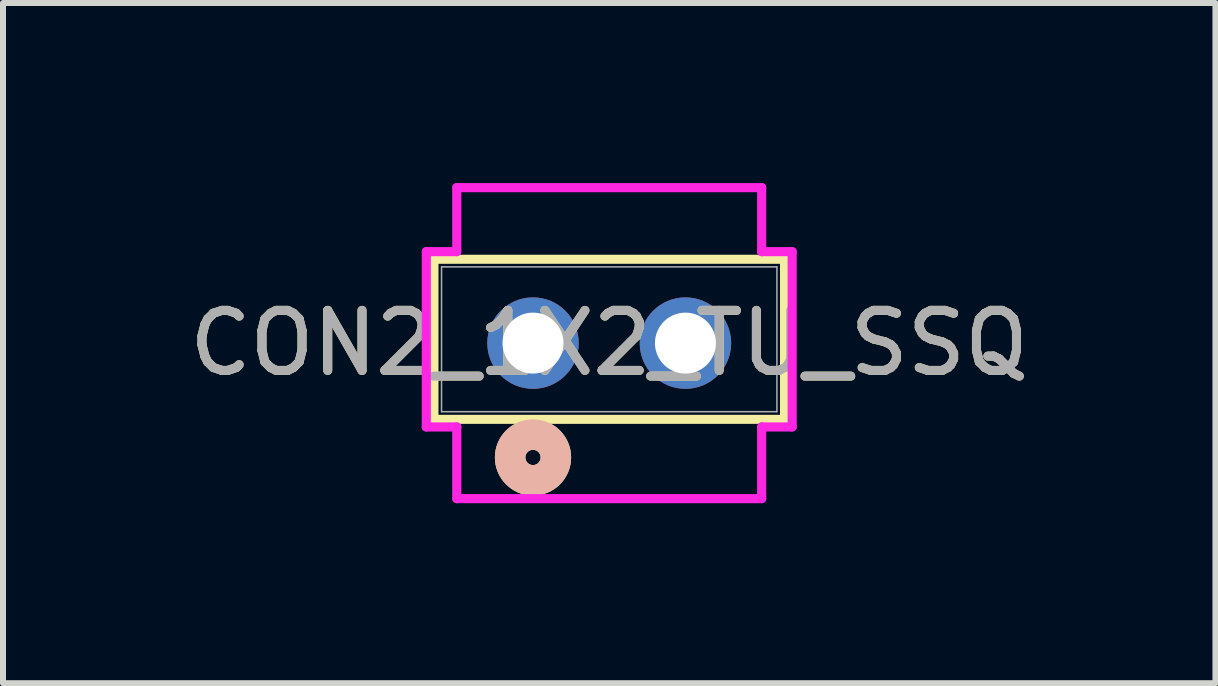
<source format=kicad_pcb>
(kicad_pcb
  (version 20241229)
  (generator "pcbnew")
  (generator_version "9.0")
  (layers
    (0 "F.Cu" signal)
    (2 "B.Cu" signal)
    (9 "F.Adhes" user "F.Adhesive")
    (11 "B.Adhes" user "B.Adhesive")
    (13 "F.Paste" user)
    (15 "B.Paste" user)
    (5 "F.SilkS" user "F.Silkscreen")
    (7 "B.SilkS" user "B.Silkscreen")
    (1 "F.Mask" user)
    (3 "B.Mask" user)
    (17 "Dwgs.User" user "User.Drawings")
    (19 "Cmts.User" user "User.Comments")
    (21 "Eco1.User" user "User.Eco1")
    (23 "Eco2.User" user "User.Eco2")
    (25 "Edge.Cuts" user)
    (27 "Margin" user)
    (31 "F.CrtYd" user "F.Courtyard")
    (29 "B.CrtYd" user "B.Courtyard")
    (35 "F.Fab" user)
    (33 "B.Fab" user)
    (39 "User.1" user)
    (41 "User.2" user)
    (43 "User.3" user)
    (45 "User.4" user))
  (footprint "CON2_1X2_TU_SSQ"
    (layer "F.Cu")
    (at 7.101 2.667)
    (property "Reference" "CON2_1X2_TU_SSQ" (at 0 0 0) (unlocked yes) (layer "F.SilkS") (effects (font (size 1 1) (thickness 0.15))))
    (attr through_hole)
    (fp_line (start -2.921 -1.397) (end -2.921 1.27) (stroke (width 0.152) (type solid)) (layer "F.SilkS"))
    (fp_line (start -2.921 1.27) (end 2.921 1.27) (stroke (width 0.152) (type solid)) (layer "F.SilkS"))
    (fp_line (start 2.921 -1.397) (end -2.921 -1.397) (stroke (width 0.152) (type solid)) (layer "F.SilkS"))
    (fp_line (start 2.921 1.27) (end 2.921 -1.397) (stroke (width 0.152) (type solid)) (layer "F.SilkS"))
    (fp_circle (center -1.27 1.905) (end -0.889 1.905) (stroke (width 0.508) (type solid)) (fill no) (layer "F.SilkS"))
    (fp_circle (center -1.27 1.905) (end -0.889 1.905) (stroke (width 0.508) (type solid)) (fill no) (layer "B.SilkS"))
    (fp_line (start -3.048 -1.524) (end -3.048 1.397) (stroke (width 0.152) (type solid)) (layer "F.CrtYd"))
    (fp_line (start -3.048 1.397) (end -2.54 1.397) (stroke (width 0.152) (type solid)) (layer "F.CrtYd"))
    (fp_line (start -2.54 -2.591) (end -2.54 -1.524) (stroke (width 0.152) (type solid)) (layer "F.CrtYd"))
    (fp_line (start -2.54 -1.524) (end -3.048 -1.524) (stroke (width 0.152) (type solid)) (layer "F.CrtYd"))
    (fp_line (start -2.54 1.397) (end -2.54 2.591) (stroke (width 0.152) (type solid)) (layer "F.CrtYd"))
    (fp_line (start -2.54 2.591) (end 2.54 2.591) (stroke (width 0.152) (type solid)) (layer "F.CrtYd"))
    (fp_line (start 2.54 -2.591) (end -2.54 -2.591) (stroke (width 0.152) (type solid)) (layer "F.CrtYd"))
    (fp_line (start 2.54 -1.524) (end 2.54 -2.591) (stroke (width 0.152) (type solid)) (layer "F.CrtYd"))
    (fp_line (start 2.54 1.397) (end 3.048 1.397) (stroke (width 0.152) (type solid)) (layer "F.CrtYd"))
    (fp_line (start 2.54 2.591) (end 2.54 1.397) (stroke (width 0.152) (type solid)) (layer "F.CrtYd"))
    (fp_line (start 3.048 -1.524) (end 2.54 -1.524) (stroke (width 0.152) (type solid)) (layer "F.CrtYd"))
    (fp_line (start 3.048 1.397) (end 3.048 -1.524) (stroke (width 0.152) (type solid)) (layer "F.CrtYd"))
    (fp_line (start -2.794 -1.27) (end -2.794 1.143) (stroke (width 0.025) (type solid)) (layer "F.Fab"))
    (fp_line (start -2.794 1.143) (end 2.794 1.143) (stroke (width 0.025) (type solid)) (layer "F.Fab"))
    (fp_line (start 2.794 -1.27) (end -2.794 -1.27) (stroke (width 0.025) (type solid)) (layer "F.Fab"))
    (fp_line (start 2.794 1.143) (end 2.794 -1.27) (stroke (width 0.025) (type solid)) (layer "F.Fab"))
    (fp_circle (center -1.27 0) (end -1.016 0) (stroke (width 0.025) (type solid)) (fill no) (layer "F.Fab"))
    (fp_text user "${REFERENCE}" (at 0 0 0) (unlocked yes) (layer "F.Fab") (effects (font (size 1 1) (thickness 0.15))))
    (pad "1" thru_hole circle (at -1.27 0 90) (size 1.524 1.524) (drill 1.016) (layers "*.Cu" "*.Mask"))
    (pad "2" thru_hole circle (at 1.27 0 90) (size 1.524 1.524) (drill 1.016) (layers "*.Cu" "*.Mask")))
  (gr_rect
    (start -3 -3)
    (end 17.202 8.334)
    (stroke (width 0.1) (type default))
    (fill no)
    (layer "Edge.Cuts")))
</source>
